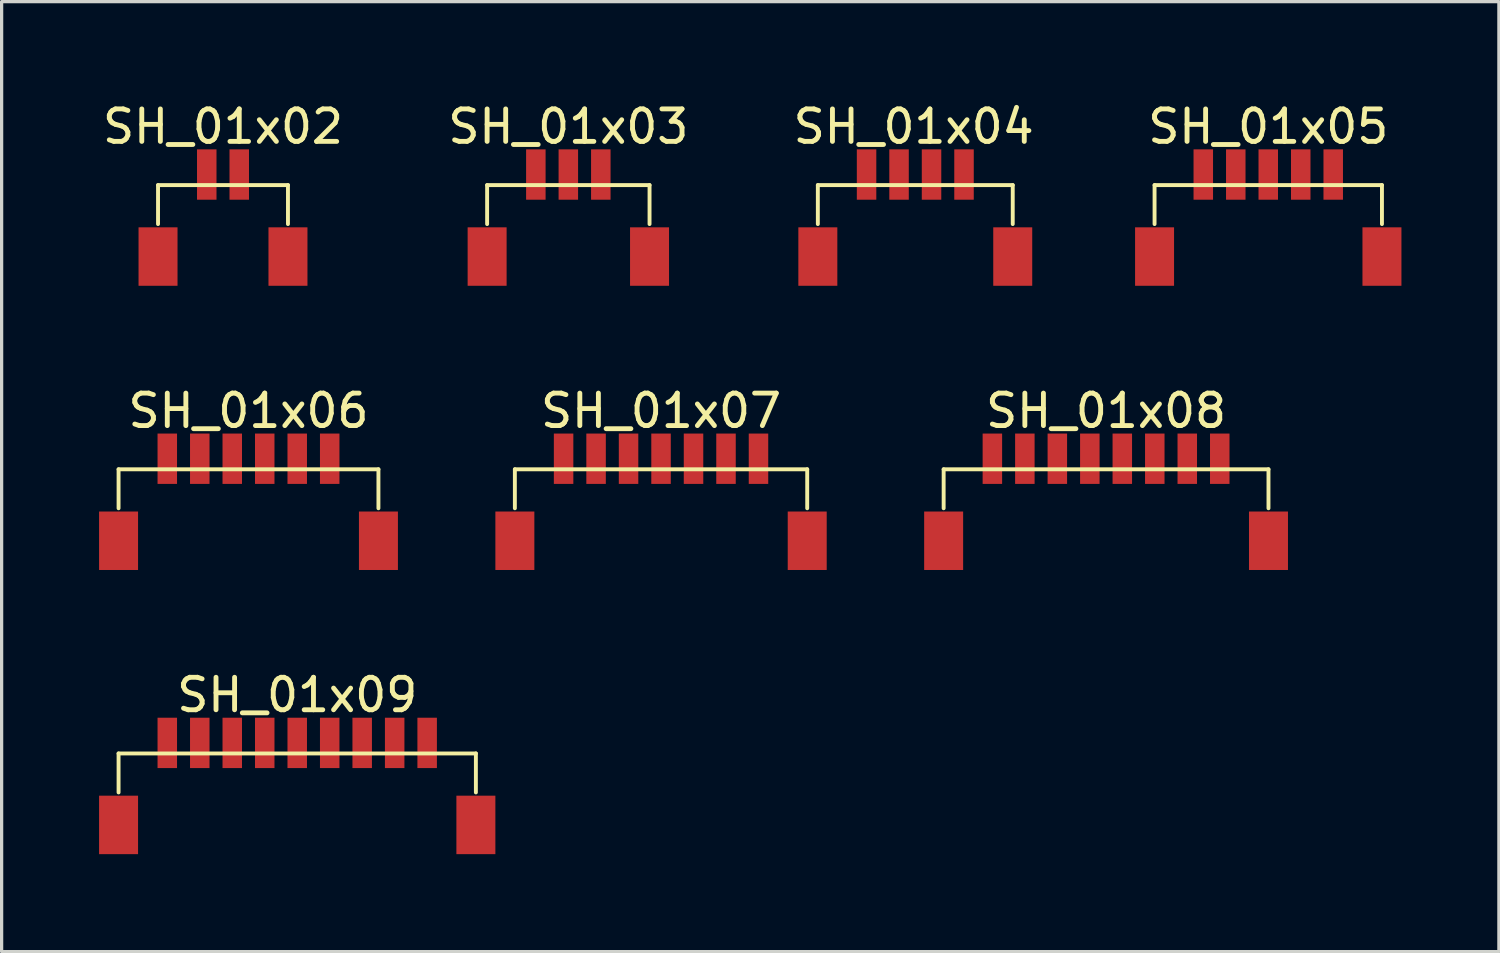
<source format=kicad_pcb>
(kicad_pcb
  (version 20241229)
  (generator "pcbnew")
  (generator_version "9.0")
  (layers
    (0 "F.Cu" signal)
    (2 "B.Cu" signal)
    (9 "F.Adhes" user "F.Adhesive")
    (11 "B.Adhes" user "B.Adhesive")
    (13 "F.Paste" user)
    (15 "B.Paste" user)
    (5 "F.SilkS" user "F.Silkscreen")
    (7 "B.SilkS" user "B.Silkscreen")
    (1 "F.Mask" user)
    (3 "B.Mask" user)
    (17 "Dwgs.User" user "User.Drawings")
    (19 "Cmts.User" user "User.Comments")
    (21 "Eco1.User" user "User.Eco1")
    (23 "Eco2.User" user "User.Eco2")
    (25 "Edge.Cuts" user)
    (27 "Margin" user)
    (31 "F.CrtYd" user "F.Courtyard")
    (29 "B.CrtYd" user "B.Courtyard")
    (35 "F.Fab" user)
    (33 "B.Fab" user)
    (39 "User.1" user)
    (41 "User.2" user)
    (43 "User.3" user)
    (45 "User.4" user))
  (footprint "SH_01x09"
    (layer "F.Cu")
    (at 6.1 22.345)
    (property "Reference" "SH_01x09" (at 0 -4 0) (layer "F.SilkS") (effects (font (size 1 1) (thickness 0.15))))
    (attr through_hole)
    (fp_line (start -5.5 -2.2) (end -5.5 -1) (stroke (width 0.12) (type solid)) (layer "F.SilkS"))
    (fp_line (start -5.5 -2.2) (end 5.5 -2.2) (stroke (width 0.12) (type solid)) (layer "F.SilkS"))
    (fp_line (start 5.5 -2.2) (end 5.5 -1) (stroke (width 0.12) (type solid)) (layer "F.SilkS"))
    (pad "1" smd rect (at -4 -2.525) (size 0.6 1.55) (layers "F.Cu" "F.Mask" "F.Paste"))
    (pad "2" smd rect (at -3 -2.525) (size 0.6 1.55) (layers "F.Cu" "F.Mask" "F.Paste"))
    (pad "3" smd rect (at -2 -2.525) (size 0.6 1.55) (layers "F.Cu" "F.Mask" "F.Paste"))
    (pad "4" smd rect (at -1 -2.525) (size 0.6 1.55) (layers "F.Cu" "F.Mask" "F.Paste"))
    (pad "5" smd rect (at 0 -2.525) (size 0.6 1.55) (layers "F.Cu" "F.Mask" "F.Paste"))
    (pad "6" smd rect (at 1 -2.525) (size 0.6 1.55) (layers "F.Cu" "F.Mask" "F.Paste"))
    (pad "7" smd rect (at 2 -2.525) (size 0.6 1.55) (layers "F.Cu" "F.Mask" "F.Paste"))
    (pad "8" smd rect (at 3 -2.525) (size 0.6 1.55) (layers "F.Cu" "F.Mask" "F.Paste"))
    (pad "9" smd rect (at 4 -2.525) (size 0.6 1.55) (layers "F.Cu" "F.Mask" "F.Paste"))
    (pad "MP" smd rect (at -5.5 0) (size 1.2 1.8) (layers "F.Cu" "F.Mask" "F.Paste"))
    (pad "MP" smd rect (at 5.5 0) (size 1.2 1.8) (layers "F.Cu" "F.Mask" "F.Paste")))
  (footprint "SH_01x08"
    (layer "F.Cu")
    (at 31 13.597)
    (property "Reference" "SH_01x08" (at 0 -4 0) (layer "F.SilkS") (effects (font (size 1 1) (thickness 0.15))))
    (attr through_hole)
    (fp_line (start -5 -2.2) (end -5 -1) (stroke (width 0.12) (type solid)) (layer "F.SilkS"))
    (fp_line (start -5 -2.2) (end 5 -2.2) (stroke (width 0.12) (type solid)) (layer "F.SilkS"))
    (fp_line (start 5 -2.2) (end 5 -1) (stroke (width 0.12) (type solid)) (layer "F.SilkS"))
    (pad "1" smd rect (at -3.5 -2.525) (size 0.6 1.55) (layers "F.Cu" "F.Mask" "F.Paste"))
    (pad "2" smd rect (at -2.5 -2.525) (size 0.6 1.55) (layers "F.Cu" "F.Mask" "F.Paste"))
    (pad "3" smd rect (at -1.5 -2.525) (size 0.6 1.55) (layers "F.Cu" "F.Mask" "F.Paste"))
    (pad "4" smd rect (at -0.5 -2.525) (size 0.6 1.55) (layers "F.Cu" "F.Mask" "F.Paste"))
    (pad "5" smd rect (at 0.5 -2.525) (size 0.6 1.55) (layers "F.Cu" "F.Mask" "F.Paste"))
    (pad "6" smd rect (at 1.5 -2.525) (size 0.6 1.55) (layers "F.Cu" "F.Mask" "F.Paste"))
    (pad "7" smd rect (at 2.5 -2.525) (size 0.6 1.55) (layers "F.Cu" "F.Mask" "F.Paste"))
    (pad "8" smd rect (at 3.5 -2.525) (size 0.6 1.55) (layers "F.Cu" "F.Mask" "F.Paste"))
    (pad "MP" smd rect (at -5 0) (size 1.2 1.8) (layers "F.Cu" "F.Mask" "F.Paste"))
    (pad "MP" smd rect (at 5 0) (size 1.2 1.8) (layers "F.Cu" "F.Mask" "F.Paste")))
  (footprint "SH_01x03"
    (layer "F.Cu")
    (at 14.446 4.848)
    (property "Reference" "SH_01x03" (at 0 -4 0) (layer "F.SilkS") (effects (font (size 1 1) (thickness 0.15))))
    (attr through_hole)
    (fp_line (start -2.5 -2.2) (end -2.5 -1) (stroke (width 0.12) (type solid)) (layer "F.SilkS"))
    (fp_line (start -2.5 -2.2) (end 2.5 -2.2) (stroke (width 0.12) (type solid)) (layer "F.SilkS"))
    (fp_line (start 2.5 -2.2) (end 2.5 -1) (stroke (width 0.12) (type solid)) (layer "F.SilkS"))
    (pad "1" smd rect (at -1 -2.525) (size 0.6 1.55) (layers "F.Cu" "F.Mask" "F.Paste"))
    (pad "2" smd rect (at 0 -2.525) (size 0.6 1.55) (layers "F.Cu" "F.Mask" "F.Paste"))
    (pad "3" smd rect (at 1 -2.525) (size 0.6 1.55) (layers "F.Cu" "F.Mask" "F.Paste"))
    (pad "MP" smd rect (at -2.5 0) (size 1.2 1.8) (layers "F.Cu" "F.Mask" "F.Paste"))
    (pad "MP" smd rect (at 2.5 0) (size 1.2 1.8) (layers "F.Cu" "F.Mask" "F.Paste")))
  (footprint "SH_01x07"
    (layer "F.Cu")
    (at 17.3 13.597)
    (property "Reference" "SH_01x07" (at 0 -4 0) (layer "F.SilkS") (effects (font (size 1 1) (thickness 0.15))))
    (attr through_hole)
    (fp_line (start -4.5 -2.2) (end -4.5 -1) (stroke (width 0.12) (type solid)) (layer "F.SilkS"))
    (fp_line (start -4.5 -2.2) (end 4.5 -2.2) (stroke (width 0.12) (type solid)) (layer "F.SilkS"))
    (fp_line (start 4.5 -2.2) (end 4.5 -1) (stroke (width 0.12) (type solid)) (layer "F.SilkS"))
    (pad "1" smd rect (at -3 -2.525) (size 0.6 1.55) (layers "F.Cu" "F.Mask" "F.Paste"))
    (pad "2" smd rect (at -2 -2.525) (size 0.6 1.55) (layers "F.Cu" "F.Mask" "F.Paste"))
    (pad "3" smd rect (at -1 -2.525) (size 0.6 1.55) (layers "F.Cu" "F.Mask" "F.Paste"))
    (pad "4" smd rect (at 0 -2.525) (size 0.6 1.55) (layers "F.Cu" "F.Mask" "F.Paste"))
    (pad "5" smd rect (at 1 -2.525) (size 0.6 1.55) (layers "F.Cu" "F.Mask" "F.Paste"))
    (pad "6" smd rect (at 2 -2.525) (size 0.6 1.55) (layers "F.Cu" "F.Mask" "F.Paste"))
    (pad "7" smd rect (at 3 -2.525) (size 0.6 1.55) (layers "F.Cu" "F.Mask" "F.Paste"))
    (pad "MP" smd rect (at -4.5 0) (size 1.2 1.8) (layers "F.Cu" "F.Mask" "F.Paste"))
    (pad "MP" smd rect (at 4.5 0) (size 1.2 1.8) (layers "F.Cu" "F.Mask" "F.Paste")))
  (footprint "SH_01x05"
    (layer "F.Cu")
    (at 35.993 4.848)
    (property "Reference" "SH_01x05" (at 0 -4 0) (layer "F.SilkS") (effects (font (size 1 1) (thickness 0.15))))
    (attr through_hole)
    (fp_line (start -3.5 -2.2) (end -3.5 -1) (stroke (width 0.12) (type solid)) (layer "F.SilkS"))
    (fp_line (start -3.5 -2.2) (end 3.5 -2.2) (stroke (width 0.12) (type solid)) (layer "F.SilkS"))
    (fp_line (start 3.5 -2.2) (end 3.5 -1) (stroke (width 0.12) (type solid)) (layer "F.SilkS"))
    (pad "1" smd rect (at -2 -2.525) (size 0.6 1.55) (layers "F.Cu" "F.Mask" "F.Paste"))
    (pad "2" smd rect (at -1 -2.525) (size 0.6 1.55) (layers "F.Cu" "F.Mask" "F.Paste"))
    (pad "3" smd rect (at 0 -2.525) (size 0.6 1.55) (layers "F.Cu" "F.Mask" "F.Paste"))
    (pad "4" smd rect (at 1 -2.525) (size 0.6 1.55) (layers "F.Cu" "F.Mask" "F.Paste"))
    (pad "5" smd rect (at 2 -2.525) (size 0.6 1.55) (layers "F.Cu" "F.Mask" "F.Paste"))
    (pad "MP" smd rect (at -3.5 0) (size 1.2 1.8) (layers "F.Cu" "F.Mask" "F.Paste"))
    (pad "MP" smd rect (at 3.5 0) (size 1.2 1.8) (layers "F.Cu" "F.Mask" "F.Paste")))
  (footprint "SH_01x02"
    (layer "F.Cu")
    (at 3.815 4.848)
    (property "Reference" "SH_01x02" (at 0 -4 0) (layer "F.SilkS") (effects (font (size 1 1) (thickness 0.15))))
    (attr through_hole)
    (fp_line (start -2 -2.2) (end -2 -1) (stroke (width 0.12) (type solid)) (layer "F.SilkS"))
    (fp_line (start -2 -2.2) (end 2 -2.2) (stroke (width 0.12) (type solid)) (layer "F.SilkS"))
    (fp_line (start 2 -2.2) (end 2 -1) (stroke (width 0.12) (type solid)) (layer "F.SilkS"))
    (pad "1" smd rect (at -0.5 -2.525) (size 0.6 1.55) (layers "F.Cu" "F.Mask" "F.Paste"))
    (pad "2" smd rect (at 0.5 -2.525) (size 0.6 1.55) (layers "F.Cu" "F.Mask" "F.Paste"))
    (pad "MP" smd rect (at -2 0) (size 1.2 1.8) (layers "F.Cu" "F.Mask" "F.Paste"))
    (pad "MP" smd rect (at 2 0) (size 1.2 1.8) (layers "F.Cu" "F.Mask" "F.Paste")))
  (footprint "SH_01x06"
    (layer "F.Cu")
    (at 4.6 13.597)
    (property "Reference" "SH_01x06" (at 0 -4 0) (layer "F.SilkS") (effects (font (size 1 1) (thickness 0.15))))
    (attr through_hole)
    (fp_line (start -4 -2.2) (end -4 -1) (stroke (width 0.12) (type solid)) (layer "F.SilkS"))
    (fp_line (start -4 -2.2) (end 4 -2.2) (stroke (width 0.12) (type solid)) (layer "F.SilkS"))
    (fp_line (start 4 -2.2) (end 4 -1) (stroke (width 0.12) (type solid)) (layer "F.SilkS"))
    (pad "1" smd rect (at -2.5 -2.525) (size 0.6 1.55) (layers "F.Cu" "F.Mask" "F.Paste"))
    (pad "2" smd rect (at -1.5 -2.525) (size 0.6 1.55) (layers "F.Cu" "F.Mask" "F.Paste"))
    (pad "3" smd rect (at -0.5 -2.525) (size 0.6 1.55) (layers "F.Cu" "F.Mask" "F.Paste"))
    (pad "4" smd rect (at 0.5 -2.525) (size 0.6 1.55) (layers "F.Cu" "F.Mask" "F.Paste"))
    (pad "5" smd rect (at 1.5 -2.525) (size 0.6 1.55) (layers "F.Cu" "F.Mask" "F.Paste"))
    (pad "6" smd rect (at 2.5 -2.525) (size 0.6 1.55) (layers "F.Cu" "F.Mask" "F.Paste"))
    (pad "MP" smd rect (at -4 0) (size 1.2 1.8) (layers "F.Cu" "F.Mask" "F.Paste"))
    (pad "MP" smd rect (at 4 0) (size 1.2 1.8) (layers "F.Cu" "F.Mask" "F.Paste")))
  (footprint "SH_01x04"
    (layer "F.Cu")
    (at 25.127 4.848)
    (property "Reference" "SH_01x04" (at -0.05 -4 0) (layer "F.SilkS") (effects (font (size 1 1) (thickness 0.15))))
    (attr through_hole)
    (fp_line (start -3 -2.2) (end -3 -1) (stroke (width 0.12) (type solid)) (layer "F.SilkS"))
    (fp_line (start -3 -2.2) (end 3 -2.2) (stroke (width 0.12) (type solid)) (layer "F.SilkS"))
    (fp_line (start 3 -2.2) (end 3 -1) (stroke (width 0.12) (type solid)) (layer "F.SilkS"))
    (pad "1" smd rect (at -1.5 -2.525) (size 0.6 1.55) (layers "F.Cu" "F.Mask" "F.Paste"))
    (pad "2" smd rect (at -0.5 -2.525) (size 0.6 1.55) (layers "F.Cu" "F.Mask" "F.Paste"))
    (pad "3" smd rect (at 0.5 -2.525) (size 0.6 1.55) (layers "F.Cu" "F.Mask" "F.Paste"))
    (pad "4" smd rect (at 1.5 -2.525) (size 0.6 1.55) (layers "F.Cu" "F.Mask" "F.Paste"))
    (pad "MP" smd rect (at -3 0) (size 1.2 1.8) (layers "F.Cu" "F.Mask" "F.Paste"))
    (pad "MP" smd rect (at 3 0) (size 1.2 1.8) (layers "F.Cu" "F.Mask" "F.Paste")))
  (gr_rect
    (start -3 -3)
    (end 43.093 26.245)
    (stroke (width 0.1) (type default))
    (fill no)
    (layer "Edge.Cuts")))
</source>
